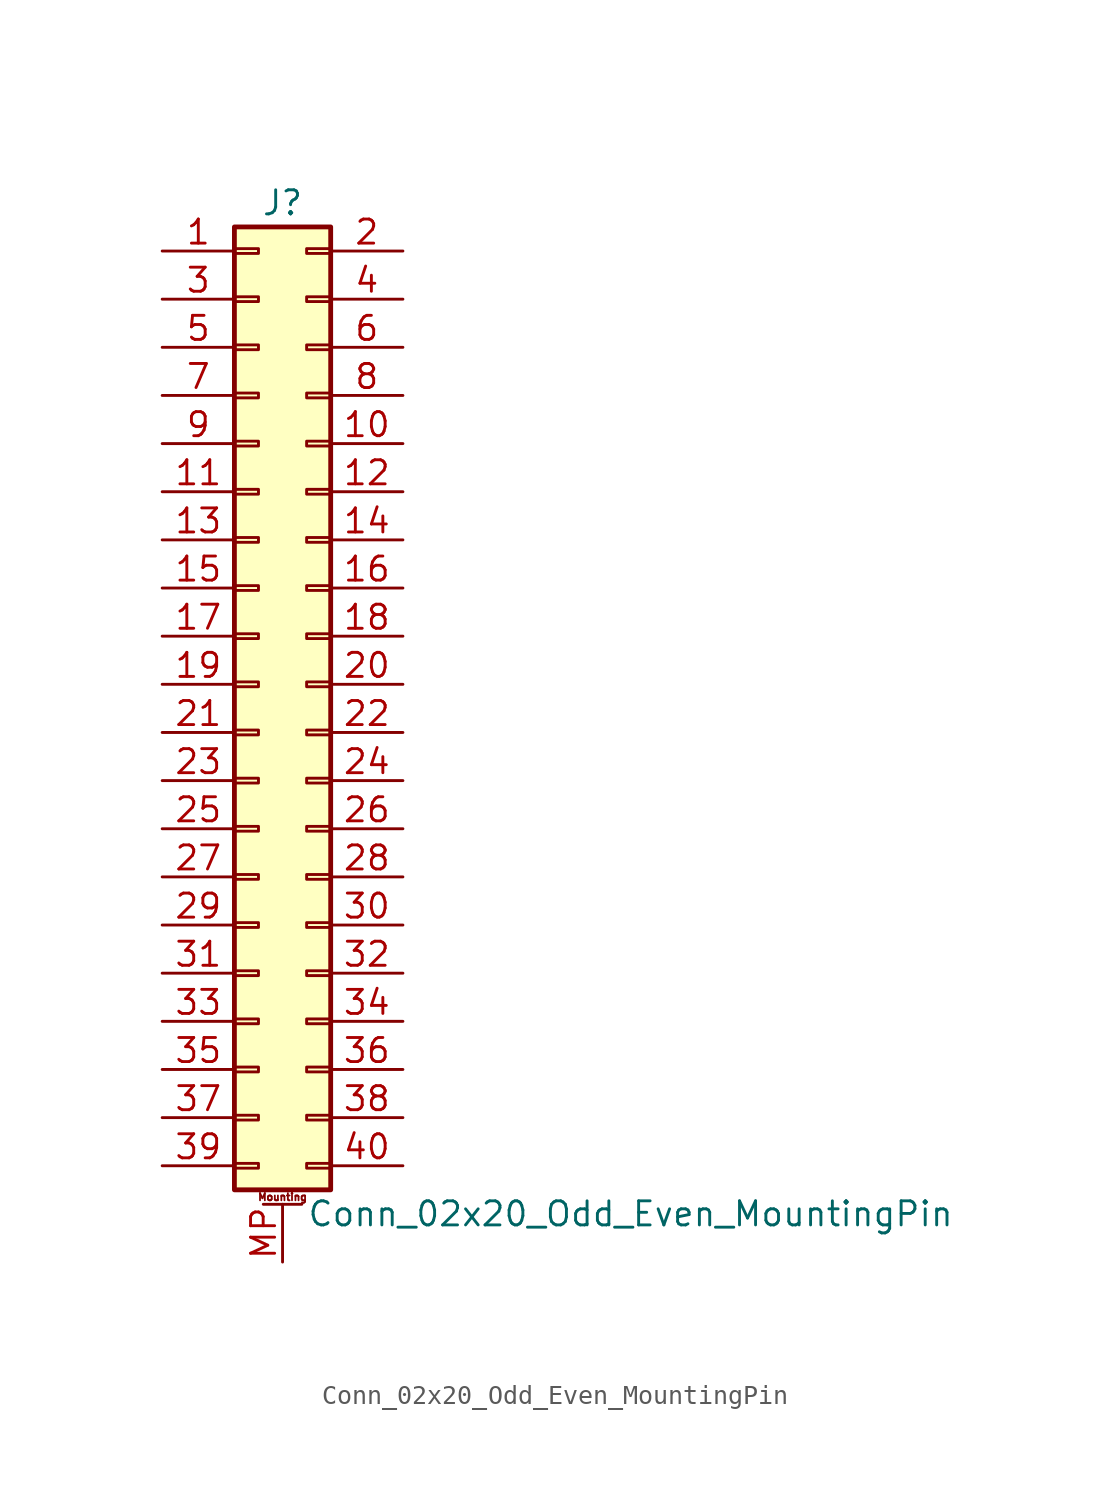
<source format=kicad_sym>
(kicad_symbol_lib
  (version 20211014)
  (generator kicad_symbol_editor)
  (symbol "Conn_02x20_Odd_Even_MountingPin"
    (pin_names
      (offset 1.016) hide)
    (property "Reference" "J"
      (at 1.27 25.4 0)
      (effects (font (size 1.27 1.27))))
    (property "Value" "Conn_02x20_Odd_Even_MountingPin"
      (at 2.54 -27.94 0)
      (effects (font (size 1.27 1.27)) (justify left)))
    (symbol "Conn_02x20_Odd_Even_MountingPin_1_1"
      (rectangle (start -1.27 -25.273) (end 0 -25.527) (stroke (width 0.152) (type default) (color 0 0 0 0)) (fill (type none)))
      (rectangle (start -1.27 -22.733) (end 0 -22.987) (stroke (width 0.152) (type default) (color 0 0 0 0)) (fill (type none)))
      (rectangle (start -1.27 -20.193) (end 0 -20.447) (stroke (width 0.152) (type default) (color 0 0 0 0)) (fill (type none)))
      (rectangle (start -1.27 -17.653) (end 0 -17.907) (stroke (width 0.152) (type default) (color 0 0 0 0)) (fill (type none)))
      (rectangle (start -1.27 -15.113) (end 0 -15.367) (stroke (width 0.152) (type default) (color 0 0 0 0)) (fill (type none)))
      (rectangle (start -1.27 -12.573) (end 0 -12.827) (stroke (width 0.152) (type default) (color 0 0 0 0)) (fill (type none)))
      (rectangle (start -1.27 -10.033) (end 0 -10.287) (stroke (width 0.152) (type default) (color 0 0 0 0)) (fill (type none)))
      (rectangle (start -1.27 -7.493) (end 0 -7.747) (stroke (width 0.152) (type default) (color 0 0 0 0)) (fill (type none)))
      (rectangle (start -1.27 -4.953) (end 0 -5.207) (stroke (width 0.152) (type default) (color 0 0 0 0)) (fill (type none)))
      (rectangle (start -1.27 -2.413) (end 0 -2.667) (stroke (width 0.152) (type default) (color 0 0 0 0)) (fill (type none)))
      (rectangle (start -1.27 0.127) (end 0 -0.127) (stroke (width 0.152) (type default) (color 0 0 0 0)) (fill (type none)))
      (rectangle (start -1.27 2.667) (end 0 2.413) (stroke (width 0.152) (type default) (color 0 0 0 0)) (fill (type none)))
      (rectangle (start -1.27 5.207) (end 0 4.953) (stroke (width 0.152) (type default) (color 0 0 0 0)) (fill (type none)))
      (rectangle (start -1.27 7.747) (end 0 7.493) (stroke (width 0.152) (type default) (color 0 0 0 0)) (fill (type none)))
      (rectangle (start -1.27 10.287) (end 0 10.033) (stroke (width 0.152) (type default) (color 0 0 0 0)) (fill (type none)))
      (rectangle (start -1.27 12.827) (end 0 12.573) (stroke (width 0.152) (type default) (color 0 0 0 0)) (fill (type none)))
      (rectangle (start -1.27 15.367) (end 0 15.113) (stroke (width 0.152) (type default) (color 0 0 0 0)) (fill (type none)))
      (rectangle (start -1.27 17.907) (end 0 17.653) (stroke (width 0.152) (type default) (color 0 0 0 0)) (fill (type none)))
      (rectangle (start -1.27 20.447) (end 0 20.193) (stroke (width 0.152) (type default) (color 0 0 0 0)) (fill (type none)))
      (rectangle (start -1.27 22.987) (end 0 22.733) (stroke (width 0.152) (type default) (color 0 0 0 0)) (fill (type none)))
      (rectangle (start -1.27 24.13) (end 3.81 -26.67) (stroke (width 0.254) (type default) (color 0 0 0 0)) (fill (type background)))
      (polyline (pts (xy 0.254 -27.432) (xy 2.286 -27.432)) (stroke (width 0.152) (type default) (color 0 0 0 0)) (fill (type none)))
      (rectangle (start 3.81 -25.273) (end 2.54 -25.527) (stroke (width 0.152) (type default) (color 0 0 0 0)) (fill (type none)))
      (rectangle (start 3.81 -22.733) (end 2.54 -22.987) (stroke (width 0.152) (type default) (color 0 0 0 0)) (fill (type none)))
      (rectangle (start 3.81 -20.193) (end 2.54 -20.447) (stroke (width 0.152) (type default) (color 0 0 0 0)) (fill (type none)))
      (rectangle (start 3.81 -17.653) (end 2.54 -17.907) (stroke (width 0.152) (type default) (color 0 0 0 0)) (fill (type none)))
      (rectangle (start 3.81 -15.113) (end 2.54 -15.367) (stroke (width 0.152) (type default) (color 0 0 0 0)) (fill (type none)))
      (rectangle (start 3.81 -12.573) (end 2.54 -12.827) (stroke (width 0.152) (type default) (color 0 0 0 0)) (fill (type none)))
      (rectangle (start 3.81 -10.033) (end 2.54 -10.287) (stroke (width 0.152) (type default) (color 0 0 0 0)) (fill (type none)))
      (rectangle (start 3.81 -7.493) (end 2.54 -7.747) (stroke (width 0.152) (type default) (color 0 0 0 0)) (fill (type none)))
      (rectangle (start 3.81 -4.953) (end 2.54 -5.207) (stroke (width 0.152) (type default) (color 0 0 0 0)) (fill (type none)))
      (rectangle (start 3.81 -2.413) (end 2.54 -2.667) (stroke (width 0.152) (type default) (color 0 0 0 0)) (fill (type none)))
      (rectangle (start 3.81 0.127) (end 2.54 -0.127) (stroke (width 0.152) (type default) (color 0 0 0 0)) (fill (type none)))
      (rectangle (start 3.81 2.667) (end 2.54 2.413) (stroke (width 0.152) (type default) (color 0 0 0 0)) (fill (type none)))
      (rectangle (start 3.81 5.207) (end 2.54 4.953) (stroke (width 0.152) (type default) (color 0 0 0 0)) (fill (type none)))
      (rectangle (start 3.81 7.747) (end 2.54 7.493) (stroke (width 0.152) (type default) (color 0 0 0 0)) (fill (type none)))
      (rectangle (start 3.81 10.287) (end 2.54 10.033) (stroke (width 0.152) (type default) (color 0 0 0 0)) (fill (type none)))
      (rectangle (start 3.81 12.827) (end 2.54 12.573) (stroke (width 0.152) (type default) (color 0 0 0 0)) (fill (type none)))
      (rectangle (start 3.81 15.367) (end 2.54 15.113) (stroke (width 0.152) (type default) (color 0 0 0 0)) (fill (type none)))
      (rectangle (start 3.81 17.907) (end 2.54 17.653) (stroke (width 0.152) (type default) (color 0 0 0 0)) (fill (type none)))
      (rectangle (start 3.81 20.447) (end 2.54 20.193) (stroke (width 0.152) (type default) (color 0 0 0 0)) (fill (type none)))
      (rectangle (start 3.81 22.987) (end 2.54 22.733) (stroke (width 0.152) (type default) (color 0 0 0 0)) (fill (type none)))
      (text "Mounting" (at 1.27 -27.051 0) (effects (font (size 0.381 0.381))))
      (pin passive line (at -5.08 22.86 0) (length 3.81) (name "Pin_1" (effects (font (size 1.27 1.27)))) (number "1" (effects (font (size 1.27 1.27)))))
      (pin passive line (at 7.62 12.7 180) (length 3.81) (name "Pin_10" (effects (font (size 1.27 1.27)))) (number "10" (effects (font (size 1.27 1.27)))))
      (pin passive line (at -5.08 10.16 0) (length 3.81) (name "Pin_11" (effects (font (size 1.27 1.27)))) (number "11" (effects (font (size 1.27 1.27)))))
      (pin passive line (at 7.62 10.16 180) (length 3.81) (name "Pin_12" (effects (font (size 1.27 1.27)))) (number "12" (effects (font (size 1.27 1.27)))))
      (pin passive line (at -5.08 7.62 0) (length 3.81) (name "Pin_13" (effects (font (size 1.27 1.27)))) (number "13" (effects (font (size 1.27 1.27)))))
      (pin passive line (at 7.62 7.62 180) (length 3.81) (name "Pin_14" (effects (font (size 1.27 1.27)))) (number "14" (effects (font (size 1.27 1.27)))))
      (pin passive line (at -5.08 5.08 0) (length 3.81) (name "Pin_15" (effects (font (size 1.27 1.27)))) (number "15" (effects (font (size 1.27 1.27)))))
      (pin passive line (at 7.62 5.08 180) (length 3.81) (name "Pin_16" (effects (font (size 1.27 1.27)))) (number "16" (effects (font (size 1.27 1.27)))))
      (pin passive line (at -5.08 2.54 0) (length 3.81) (name "Pin_17" (effects (font (size 1.27 1.27)))) (number "17" (effects (font (size 1.27 1.27)))))
      (pin passive line (at 7.62 2.54 180) (length 3.81) (name "Pin_18" (effects (font (size 1.27 1.27)))) (number "18" (effects (font (size 1.27 1.27)))))
      (pin passive line (at -5.08 0 0) (length 3.81) (name "Pin_19" (effects (font (size 1.27 1.27)))) (number "19" (effects (font (size 1.27 1.27)))))
      (pin passive line (at 7.62 22.86 180) (length 3.81) (name "Pin_2" (effects (font (size 1.27 1.27)))) (number "2" (effects (font (size 1.27 1.27)))))
      (pin passive line (at 7.62 0 180) (length 3.81) (name "Pin_20" (effects (font (size 1.27 1.27)))) (number "20" (effects (font (size 1.27 1.27)))))
      (pin passive line (at -5.08 -2.54 0) (length 3.81) (name "Pin_21" (effects (font (size 1.27 1.27)))) (number "21" (effects (font (size 1.27 1.27)))))
      (pin passive line (at 7.62 -2.54 180) (length 3.81) (name "Pin_22" (effects (font (size 1.27 1.27)))) (number "22" (effects (font (size 1.27 1.27)))))
      (pin passive line (at -5.08 -5.08 0) (length 3.81) (name "Pin_23" (effects (font (size 1.27 1.27)))) (number "23" (effects (font (size 1.27 1.27)))))
      (pin passive line (at 7.62 -5.08 180) (length 3.81) (name "Pin_24" (effects (font (size 1.27 1.27)))) (number "24" (effects (font (size 1.27 1.27)))))
      (pin passive line (at -5.08 -7.62 0) (length 3.81) (name "Pin_25" (effects (font (size 1.27 1.27)))) (number "25" (effects (font (size 1.27 1.27)))))
      (pin passive line (at 7.62 -7.62 180) (length 3.81) (name "Pin_26" (effects (font (size 1.27 1.27)))) (number "26" (effects (font (size 1.27 1.27)))))
      (pin passive line (at -5.08 -10.16 0) (length 3.81) (name "Pin_27" (effects (font (size 1.27 1.27)))) (number "27" (effects (font (size 1.27 1.27)))))
      (pin passive line (at 7.62 -10.16 180) (length 3.81) (name "Pin_28" (effects (font (size 1.27 1.27)))) (number "28" (effects (font (size 1.27 1.27)))))
      (pin passive line (at -5.08 -12.7 0) (length 3.81) (name "Pin_29" (effects (font (size 1.27 1.27)))) (number "29" (effects (font (size 1.27 1.27)))))
      (pin passive line (at -5.08 20.32 0) (length 3.81) (name "Pin_3" (effects (font (size 1.27 1.27)))) (number "3" (effects (font (size 1.27 1.27)))))
      (pin passive line (at 7.62 -12.7 180) (length 3.81) (name "Pin_30" (effects (font (size 1.27 1.27)))) (number "30" (effects (font (size 1.27 1.27)))))
      (pin passive line (at -5.08 -15.24 0) (length 3.81) (name "Pin_31" (effects (font (size 1.27 1.27)))) (number "31" (effects (font (size 1.27 1.27)))))
      (pin passive line (at 7.62 -15.24 180) (length 3.81) (name "Pin_32" (effects (font (size 1.27 1.27)))) (number "32" (effects (font (size 1.27 1.27)))))
      (pin passive line (at -5.08 -17.78 0) (length 3.81) (name "Pin_33" (effects (font (size 1.27 1.27)))) (number "33" (effects (font (size 1.27 1.27)))))
      (pin passive line (at 7.62 -17.78 180) (length 3.81) (name "Pin_34" (effects (font (size 1.27 1.27)))) (number "34" (effects (font (size 1.27 1.27)))))
      (pin passive line (at -5.08 -20.32 0) (length 3.81) (name "Pin_35" (effects (font (size 1.27 1.27)))) (number "35" (effects (font (size 1.27 1.27)))))
      (pin passive line (at 7.62 -20.32 180) (length 3.81) (name "Pin_36" (effects (font (size 1.27 1.27)))) (number "36" (effects (font (size 1.27 1.27)))))
      (pin passive line (at -5.08 -22.86 0) (length 3.81) (name "Pin_37" (effects (font (size 1.27 1.27)))) (number "37" (effects (font (size 1.27 1.27)))))
      (pin passive line (at 7.62 -22.86 180) (length 3.81) (name "Pin_38" (effects (font (size 1.27 1.27)))) (number "38" (effects (font (size 1.27 1.27)))))
      (pin passive line (at -5.08 -25.4 0) (length 3.81) (name "Pin_39" (effects (font (size 1.27 1.27)))) (number "39" (effects (font (size 1.27 1.27)))))
      (pin passive line (at 7.62 20.32 180) (length 3.81) (name "Pin_4" (effects (font (size 1.27 1.27)))) (number "4" (effects (font (size 1.27 1.27)))))
      (pin passive line (at 7.62 -25.4 180) (length 3.81) (name "Pin_40" (effects (font (size 1.27 1.27)))) (number "40" (effects (font (size 1.27 1.27)))))
      (pin passive line (at -5.08 17.78 0) (length 3.81) (name "Pin_5" (effects (font (size 1.27 1.27)))) (number "5" (effects (font (size 1.27 1.27)))))
      (pin passive line (at 7.62 17.78 180) (length 3.81) (name "Pin_6" (effects (font (size 1.27 1.27)))) (number "6" (effects (font (size 1.27 1.27)))))
      (pin passive line (at -5.08 15.24 0) (length 3.81) (name "Pin_7" (effects (font (size 1.27 1.27)))) (number "7" (effects (font (size 1.27 1.27)))))
      (pin passive line (at 7.62 15.24 180) (length 3.81) (name "Pin_8" (effects (font (size 1.27 1.27)))) (number "8" (effects (font (size 1.27 1.27)))))
      (pin passive line (at -5.08 12.7 0) (length 3.81) (name "Pin_9" (effects (font (size 1.27 1.27)))) (number "9" (effects (font (size 1.27 1.27)))))
      (pin passive line (at 1.27 -30.48 90) (length 3.048) (name "MountPin" (effects (font (size 1.27 1.27)))) (number "MP" (effects (font (size 1.27 1.27))))))))
</source>
